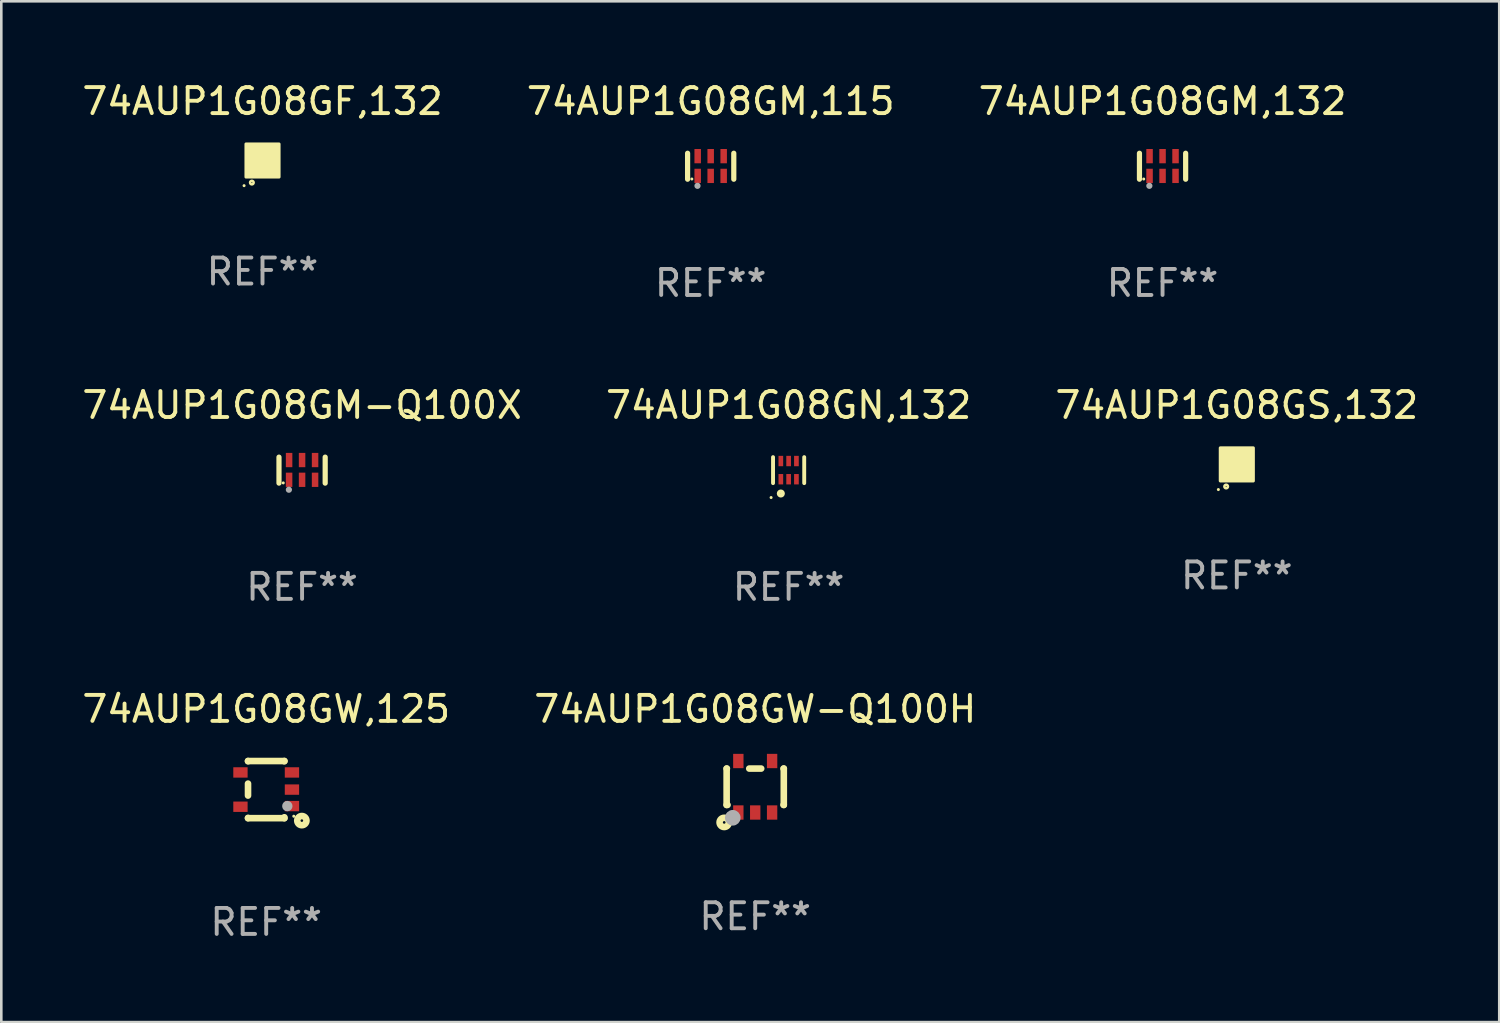
<source format=kicad_pcb>
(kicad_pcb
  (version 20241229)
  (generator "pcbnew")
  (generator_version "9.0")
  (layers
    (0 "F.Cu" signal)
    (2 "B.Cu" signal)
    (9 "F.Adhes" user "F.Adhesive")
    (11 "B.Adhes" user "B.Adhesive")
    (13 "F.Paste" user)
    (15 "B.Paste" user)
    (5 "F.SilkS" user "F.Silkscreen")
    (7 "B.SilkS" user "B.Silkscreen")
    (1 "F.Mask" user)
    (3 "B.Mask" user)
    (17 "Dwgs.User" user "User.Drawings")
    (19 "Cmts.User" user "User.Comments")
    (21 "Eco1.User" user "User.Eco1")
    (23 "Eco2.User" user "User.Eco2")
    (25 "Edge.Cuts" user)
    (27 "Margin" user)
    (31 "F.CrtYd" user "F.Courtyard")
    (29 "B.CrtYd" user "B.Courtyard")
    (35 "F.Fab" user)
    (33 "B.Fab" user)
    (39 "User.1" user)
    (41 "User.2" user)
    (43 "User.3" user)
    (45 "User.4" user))
  (footprint "74AUP1G08GM,115"
    (layer "F.Cu")
    (at 24.304 3.348)
    (property "Reference" "74AUP1G08GM,115" (at 0 -2.5 0) (layer "F.SilkS") (effects (font (size 1 1) (thickness 0.15))))
    (attr through_hole)
    (fp_line (start -0.889 0.5) (end -0.889 -0.5) (stroke (width 0.2) (type solid)) (layer "F.SilkS"))
    (fp_line (start 0.889 0.5) (end 0.889 -0.5) (stroke (width 0.2) (type solid)) (layer "F.SilkS"))
    (fp_circle (center -0.725 0.492) (end -0.695 0.492) (stroke (width 0.06) (type solid)) (fill no) (layer "F.SilkS"))
    (fp_circle (center -0.508 0.754) (end -0.448 0.754) (stroke (width 0.12) (type solid)) (fill no) (layer "F.Fab"))
    (fp_text user "REF**" (at 0 4.5 0) (layer "F.Fab") (effects (font (size 1 1) (thickness 0.15))))
    (pad "1" smd rect (at -0.5 0.372) (size 0.25 0.55) (layers "F.Cu" "F.Mask" "F.Paste"))
    (pad "2" smd rect (at -0.000127 0.372) (size 0.25 0.55) (layers "F.Cu" "F.Mask" "F.Paste"))
    (pad "3" smd rect (at 0.5 0.372) (size 0.25 0.55) (layers "F.Cu" "F.Mask" "F.Paste"))
    (pad "4" smd rect (at 0.5 -0.388 180) (size 0.25 0.55) (layers "F.Cu" "F.Mask" "F.Paste"))
    (pad "5" smd rect (at -0.000127 -0.388 180) (size 0.25 0.55) (layers "F.Cu" "F.Mask" "F.Paste"))
    (pad "6" smd rect (at -0.5 -0.388 180) (size 0.25 0.55) (layers "F.Cu" "F.Mask" "F.Paste")))
  (footprint "74AUP1G08GM-Q100X"
    (layer "F.Cu")
    (at 8.577 15.045)
    (property "Reference" "74AUP1G08GM-Q100X" (at 0 -2.5 0) (layer "F.SilkS") (effects (font (size 1 1) (thickness 0.15))))
    (attr through_hole)
    (fp_line (start -0.889 0.5) (end -0.889 -0.5) (stroke (width 0.2) (type solid)) (layer "F.SilkS"))
    (fp_line (start 0.889 0.5) (end 0.889 -0.5) (stroke (width 0.2) (type solid)) (layer "F.SilkS"))
    (fp_circle (center -0.725 0.492) (end -0.695 0.492) (stroke (width 0.06) (type solid)) (fill no) (layer "F.SilkS"))
    (fp_circle (center -0.508 0.754) (end -0.448 0.754) (stroke (width 0.12) (type solid)) (fill no) (layer "F.Fab"))
    (fp_text user "REF**" (at 0 4.5 0) (layer "F.Fab") (effects (font (size 1 1) (thickness 0.15))))
    (pad "1" smd rect (at -0.5 0.372) (size 0.25 0.55) (layers "F.Cu" "F.Mask" "F.Paste"))
    (pad "2" smd rect (at -0.000127 0.372) (size 0.25 0.55) (layers "F.Cu" "F.Mask" "F.Paste"))
    (pad "3" smd rect (at 0.5 0.372) (size 0.25 0.55) (layers "F.Cu" "F.Mask" "F.Paste"))
    (pad "4" smd rect (at 0.5 -0.388 180) (size 0.25 0.55) (layers "F.Cu" "F.Mask" "F.Paste"))
    (pad "5" smd rect (at -0.000127 -0.388 180) (size 0.25 0.55) (layers "F.Cu" "F.Mask" "F.Paste"))
    (pad "6" smd rect (at -0.5 -0.388 180) (size 0.25 0.55) (layers "F.Cu" "F.Mask" "F.Paste")))
  (footprint "74AUP1G08GF,132"
    (layer "F.Cu")
    (at 7.054 3.128)
    (property "Reference" "74AUP1G08GF,132" (at 0 -2.28 0) (layer "F.SilkS") (effects (font (size 1 1) (thickness 0.15))))
    (attr through_hole)
    (fp_circle (center -0.71 0.968) (end -0.68 0.968) (stroke (width 0.06) (type solid)) (fill no) (layer "F.SilkS"))
    (fp_circle (center -0.41 0.85) (end -0.342 0.85) (stroke (width 0.1) (type solid)) (fill no) (layer "F.SilkS"))
    (fp_poly (pts (xy -0.635 -0.635) (xy 0.635 -0.635) (xy 0.635 0.635) (xy -0.635 0.635)) (stroke (width 0.12) (type solid)) (fill yes) (layer "F.SilkS"))
    (fp_text user "REF**" (at 0 4.28 0) (layer "F.Fab") (effects (font (size 1 1) (thickness 0.15))))
    (pad "1" smd rect (at -0.35 0.28 90) (size 0.35 0.2) (layers "F.Cu" "F.Mask" "F.Paste"))
    (pad "2" smd rect (at 0 0.28 90) (size 0.35 0.2) (layers "F.Cu" "F.Mask" "F.Paste"))
    (pad "3" smd rect (at 0.35 0.28 90) (size 0.35 0.2) (layers "F.Cu" "F.Mask" "F.Paste"))
    (pad "4" smd rect (at 0.35 -0.28 90) (size 0.35 0.2) (layers "F.Cu" "F.Mask" "F.Paste"))
    (pad "5" smd rect (at 0 -0.28 90) (size 0.35 0.2) (layers "F.Cu" "F.Mask" "F.Paste"))
    (pad "6" smd rect (at -0.35 -0.28 90) (size 0.35 0.2) (layers "F.Cu" "F.Mask" "F.Paste")))
  (footprint "74AUP1G08GW,125"
    (layer "F.Cu")
    (at 7.196 27.341)
    (property "Reference" "74AUP1G08GW,125" (at 0 -3.1 0) (layer "F.SilkS") (effects (font (size 1 1) (thickness 0.15))))
    (attr through_hole)
    (fp_line (start -0.7 -1.1) (end 0.7 -1.1) (stroke (width 0.254) (type solid)) (layer "F.SilkS"))
    (fp_line (start -0.7 -1.09) (end -0.7 -1.1) (stroke (width 0.254) (type solid)) (layer "F.SilkS"))
    (fp_line (start -0.7 0.23) (end -0.7 -0.23) (stroke (width 0.254) (type solid)) (layer "F.SilkS"))
    (fp_line (start -0.7 1.1) (end -0.7 1.09) (stroke (width 0.254) (type solid)) (layer "F.SilkS"))
    (fp_line (start -0.7 1.1) (end 0.7 1.1) (stroke (width 0.254) (type solid)) (layer "F.SilkS"))
    (fp_line (start 0.7 -1.09) (end 0.7 -1.1) (stroke (width 0.254) (type solid)) (layer "F.SilkS"))
    (fp_line (start 0.7 1.1) (end 0.7 1.065) (stroke (width 0.254) (type solid)) (layer "F.SilkS"))
    (fp_circle (center 1.062 1.025) (end 1.092 1.025) (stroke (width 0.06) (type solid)) (fill no) (layer "F.SilkS"))
    (fp_circle (center 1.372 1.194) (end 1.422 1.194) (stroke (width 0.254) (type solid)) (fill no) (layer "F.SilkS"))
    (fp_circle (center 0.813 0.635) (end 0.913 0.635) (stroke (width 0.2) (type solid)) (fill no) (layer "F.Fab"))
    (fp_text user "REF**" (at 0 5.1 0) (layer "F.Fab") (effects (font (size 1 1) (thickness 0.15))))
    (pad "1" smd rect (at 0.991 0.635 270) (size 0.399 0.551) (layers "F.Cu" "F.Mask" "F.Paste"))
    (pad "2" smd rect (at 0.991 0.000051 270) (size 0.399 0.551) (layers "F.Cu" "F.Mask" "F.Paste"))
    (pad "3" smd rect (at 0.991 -0.66 270) (size 0.399 0.551) (layers "F.Cu" "F.Mask" "F.Paste"))
    (pad "4" smd rect (at -0.991 -0.66 270) (size 0.399 0.551) (layers "F.Cu" "F.Mask" "F.Paste"))
    (pad "5" smd rect (at -0.991 0.66 270) (size 0.399 0.551) (layers "F.Cu" "F.Mask" "F.Paste")))
  (footprint "74AUP1G08GS,132"
    (layer "F.Cu")
    (at 44.554 14.825)
    (property "Reference" "74AUP1G08GS,132" (at 0 -2.28 0) (layer "F.SilkS") (effects (font (size 1 1) (thickness 0.15))))
    (attr through_hole)
    (fp_circle (center -0.71 0.968) (end -0.68 0.968) (stroke (width 0.06) (type solid)) (fill no) (layer "F.SilkS"))
    (fp_circle (center -0.41 0.85) (end -0.342 0.85) (stroke (width 0.1) (type solid)) (fill no) (layer "F.SilkS"))
    (fp_poly (pts (xy -0.635 -0.635) (xy 0.635 -0.635) (xy 0.635 0.635) (xy -0.635 0.635)) (stroke (width 0.12) (type solid)) (fill yes) (layer "F.SilkS"))
    (fp_text user "REF**" (at 0 4.28 0) (layer "F.Fab") (effects (font (size 1 1) (thickness 0.15))))
    (pad "1" smd rect (at -0.35 0.28 90) (size 0.35 0.2) (layers "F.Cu" "F.Mask" "F.Paste"))
    (pad "2" smd rect (at 0 0.28 90) (size 0.35 0.2) (layers "F.Cu" "F.Mask" "F.Paste"))
    (pad "3" smd rect (at 0.35 0.28 90) (size 0.35 0.2) (layers "F.Cu" "F.Mask" "F.Paste"))
    (pad "4" smd rect (at 0.35 -0.28 90) (size 0.35 0.2) (layers "F.Cu" "F.Mask" "F.Paste"))
    (pad "5" smd rect (at 0 -0.28 90) (size 0.35 0.2) (layers "F.Cu" "F.Mask" "F.Paste"))
    (pad "6" smd rect (at -0.35 -0.28 90) (size 0.35 0.2) (layers "F.Cu" "F.Mask" "F.Paste")))
  (footprint "74AUP1G08GM,132"
    (layer "F.Cu")
    (at 41.696 3.348)
    (property "Reference" "74AUP1G08GM,132" (at 0 -2.5 0) (layer "F.SilkS") (effects (font (size 1 1) (thickness 0.15))))
    (attr through_hole)
    (fp_line (start -0.889 0.5) (end -0.889 -0.5) (stroke (width 0.2) (type solid)) (layer "F.SilkS"))
    (fp_line (start 0.889 0.5) (end 0.889 -0.5) (stroke (width 0.2) (type solid)) (layer "F.SilkS"))
    (fp_circle (center -0.725 0.492) (end -0.695 0.492) (stroke (width 0.06) (type solid)) (fill no) (layer "F.SilkS"))
    (fp_circle (center -0.508 0.754) (end -0.448 0.754) (stroke (width 0.12) (type solid)) (fill no) (layer "F.Fab"))
    (fp_text user "REF**" (at 0 4.5 0) (layer "F.Fab") (effects (font (size 1 1) (thickness 0.15))))
    (pad "1" smd rect (at -0.5 0.372) (size 0.25 0.55) (layers "F.Cu" "F.Mask" "F.Paste"))
    (pad "2" smd rect (at -0.000127 0.372) (size 0.25 0.55) (layers "F.Cu" "F.Mask" "F.Paste"))
    (pad "3" smd rect (at 0.5 0.372) (size 0.25 0.55) (layers "F.Cu" "F.Mask" "F.Paste"))
    (pad "4" smd rect (at 0.5 -0.388 180) (size 0.25 0.55) (layers "F.Cu" "F.Mask" "F.Paste"))
    (pad "5" smd rect (at -0.000127 -0.388 180) (size 0.25 0.55) (layers "F.Cu" "F.Mask" "F.Paste"))
    (pad "6" smd rect (at -0.5 -0.388 180) (size 0.25 0.55) (layers "F.Cu" "F.Mask" "F.Paste")))
  (footprint "74AUP1G08GW-Q100H"
    (layer "F.Cu")
    (at 26.018 27.232)
    (property "Reference" "74AUP1G08GW-Q100H" (at 0 -2.991 0) (layer "F.SilkS") (effects (font (size 1 1) (thickness 0.15))))
    (attr through_hole)
    (fp_line (start -1.1 -0.7) (end -1.1 0.7) (stroke (width 0.254) (type solid)) (layer "F.SilkS"))
    (fp_line (start -1.1 -0.7) (end -1.09 -0.7) (stroke (width 0.254) (type solid)) (layer "F.SilkS"))
    (fp_line (start -1.1 0.7) (end -1.065 0.7) (stroke (width 0.254) (type solid)) (layer "F.SilkS"))
    (fp_line (start -0.23 -0.7) (end 0.23 -0.7) (stroke (width 0.254) (type solid)) (layer "F.SilkS"))
    (fp_line (start 1.09 -0.7) (end 1.1 -0.7) (stroke (width 0.254) (type solid)) (layer "F.SilkS"))
    (fp_line (start 1.09 0.7) (end 1.1 0.7) (stroke (width 0.254) (type solid)) (layer "F.SilkS"))
    (fp_line (start 1.1 -0.7) (end 1.1 0.7) (stroke (width 0.254) (type solid)) (layer "F.SilkS"))
    (fp_circle (center -1.194 1.372) (end -1.143 1.372) (stroke (width 0.254) (type solid)) (fill no) (layer "F.SilkS"))
    (fp_circle (center -1.05 1.063) (end -1.02 1.063) (stroke (width 0.06) (type solid)) (fill no) (layer "F.SilkS"))
    (fp_circle (center -0.864 1.194) (end -0.713 1.194) (stroke (width 0.3) (type solid)) (fill no) (layer "F.Fab"))
    (fp_text user "REF**" (at 0 4.991 0) (layer "F.Fab") (effects (font (size 1 1) (thickness 0.15))))
    (pad "1" smd rect (at -0.65 0.991 180) (size 0.399 0.551) (layers "F.Cu" "F.Mask" "F.Paste"))
    (pad "2" smd rect (at 0 0.991 180) (size 0.399 0.551) (layers "F.Cu" "F.Mask" "F.Paste"))
    (pad "3" smd rect (at 0.65 0.991 180) (size 0.399 0.551) (layers "F.Cu" "F.Mask" "F.Paste"))
    (pad "4" smd rect (at 0.65 -0.991 180) (size 0.399 0.551) (layers "F.Cu" "F.Mask" "F.Paste"))
    (pad "5" smd rect (at -0.65 -0.991 180) (size 0.399 0.551) (layers "F.Cu" "F.Mask" "F.Paste")))
  (footprint "74AUP1G08GN,132"
    (layer "F.Cu")
    (at 27.304 15.045)
    (property "Reference" "74AUP1G08GN,132" (at 0 -2.5 0) (layer "F.SilkS") (effects (font (size 1 1) (thickness 0.15))))
    (attr through_hole)
    (fp_line (start -0.6 -0.5) (end -0.6 0.5) (stroke (width 0.15) (type solid)) (layer "F.SilkS"))
    (fp_line (start 0.6 0.5) (end 0.6 -0.5) (stroke (width 0.15) (type solid)) (layer "F.SilkS"))
    (fp_circle (center -0.675 1.055) (end -0.645 1.055) (stroke (width 0.06) (type solid)) (fill no) (layer "F.SilkS"))
    (fp_circle (center -0.3 0.9) (end -0.22 0.9) (stroke (width 0.15) (type solid)) (fill no) (layer "F.SilkS"))
    (fp_text user "REF**" (at 0 4.5 0) (layer "F.Fab") (effects (font (size 1 1) (thickness 0.15))))
    (pad "1" smd rect (at -0.3 0.35) (size 0.18 0.4) (layers "F.Cu" "F.Mask" "F.Paste"))
    (pad "2" smd rect (at 0.000025 0.35) (size 0.18 0.4) (layers "F.Cu" "F.Mask" "F.Paste"))
    (pad "3" smd rect (at 0.3 0.35) (size 0.18 0.4) (layers "F.Cu" "F.Mask" "F.Paste"))
    (pad "4" smd rect (at 0.3 -0.35) (size 0.18 0.4) (layers "F.Cu" "F.Mask" "F.Paste"))
    (pad "5" smd rect (at 0.000025 -0.35) (size 0.18 0.4) (layers "F.Cu" "F.Mask" "F.Paste"))
    (pad "6" smd rect (at -0.3 -0.35) (size 0.18 0.4) (layers "F.Cu" "F.Mask" "F.Paste")))
  (gr_rect
    (start -3 -3)
    (end 54.655 36.289)
    (stroke (width 0.1) (type default))
    (fill no)
    (layer "Edge.Cuts")))
</source>
